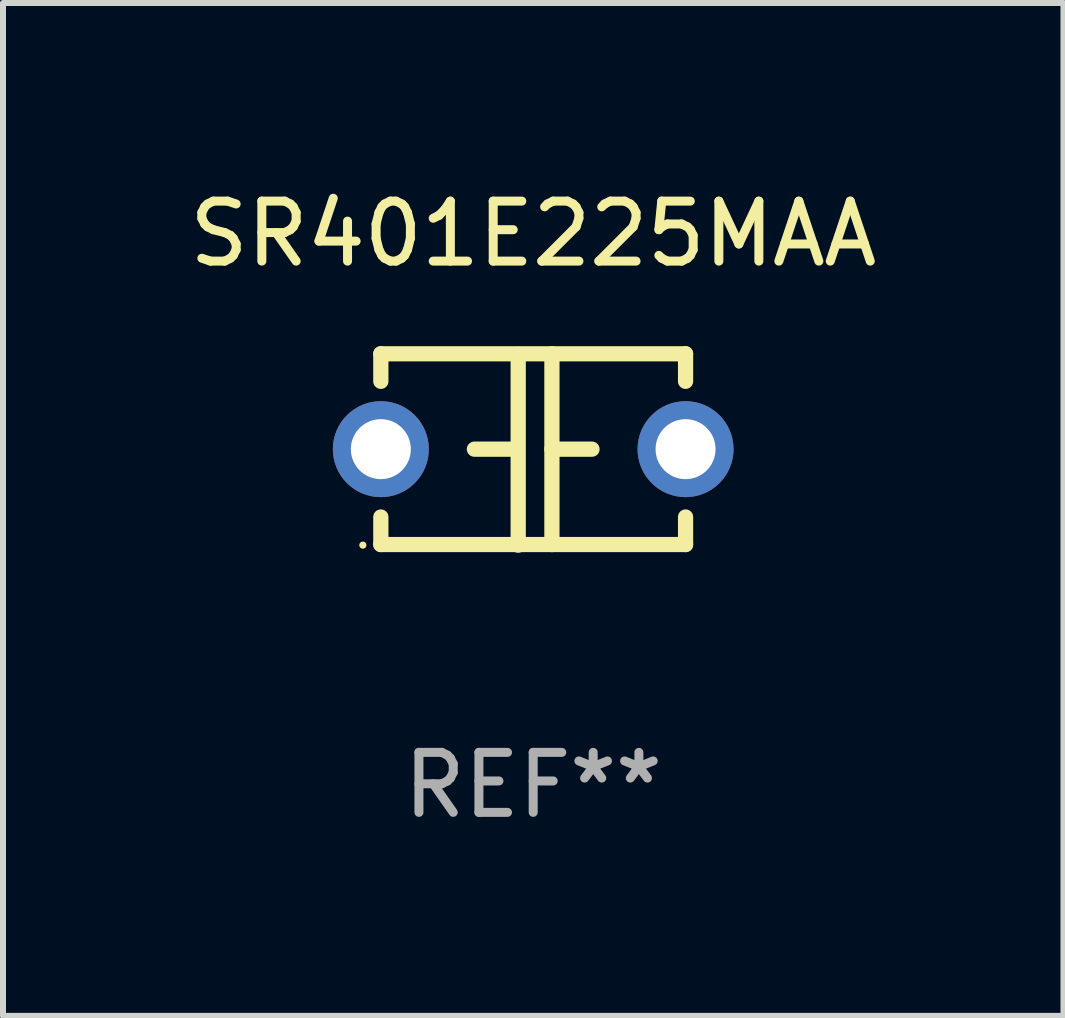
<source format=kicad_pcb>
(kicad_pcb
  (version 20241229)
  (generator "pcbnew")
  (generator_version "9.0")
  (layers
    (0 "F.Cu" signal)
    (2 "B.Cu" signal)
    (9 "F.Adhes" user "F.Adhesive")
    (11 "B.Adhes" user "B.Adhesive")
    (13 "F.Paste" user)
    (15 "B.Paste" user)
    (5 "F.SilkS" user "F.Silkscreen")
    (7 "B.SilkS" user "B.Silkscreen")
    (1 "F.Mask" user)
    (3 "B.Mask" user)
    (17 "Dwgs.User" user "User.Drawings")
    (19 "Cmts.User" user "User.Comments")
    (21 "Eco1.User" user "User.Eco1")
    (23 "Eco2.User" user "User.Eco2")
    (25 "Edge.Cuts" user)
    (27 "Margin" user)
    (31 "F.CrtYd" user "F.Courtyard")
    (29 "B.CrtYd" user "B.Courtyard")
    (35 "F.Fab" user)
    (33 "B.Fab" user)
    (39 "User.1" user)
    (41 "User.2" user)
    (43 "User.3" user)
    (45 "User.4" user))
  (footprint "SR401E225MAA"
    (layer "F.Cu")
    (at 5.839 4.443)
    (property "Reference" "SR401E225MAA" (at 0 -3.595 0) (layer "F.SilkS") (effects (font (size 1 1) (thickness 0.15))))
    (attr through_hole)
    (fp_line (start -2.54 -1.595) (end -2.54 -1.136) (stroke (width 0.254) (type solid)) (layer "F.SilkS"))
    (fp_line (start -2.54 -1.595) (end 2.54 -1.595) (stroke (width 0.254) (type solid)) (layer "F.SilkS"))
    (fp_line (start -2.54 1.126) (end -2.54 1.585) (stroke (width 0.254) (type solid)) (layer "F.SilkS"))
    (fp_line (start -0.312 -0.005) (end -0.98 -0.005) (stroke (width 0.254) (type solid)) (layer "F.SilkS"))
    (fp_line (start -0.25 -1.585) (end -0.25 1.595) (stroke (width 0.254) (type solid)) (layer "F.SilkS"))
    (fp_line (start 0.312 -1.595) (end 0.312 1.585) (stroke (width 0.254) (type solid)) (layer "F.SilkS"))
    (fp_line (start 0.312 -0.005) (end 0.98 -0.005) (stroke (width 0.254) (type solid)) (layer "F.SilkS"))
    (fp_line (start 2.54 -1.595) (end 2.54 -1.136) (stroke (width 0.254) (type solid)) (layer "F.SilkS"))
    (fp_line (start 2.54 1.126) (end 2.54 1.585) (stroke (width 0.254) (type solid)) (layer "F.SilkS"))
    (fp_line (start 2.54 1.585) (end -2.54 1.585) (stroke (width 0.254) (type solid)) (layer "F.SilkS"))
    (fp_circle (center -2.84 1.595) (end -2.81 1.595) (stroke (width 0.06) (type solid)) (fill no) (layer "F.SilkS"))
    (fp_text user "REF**" (at 0 5.595 0) (layer "F.Fab") (effects (font (size 1 1) (thickness 0.15))))
    (pad "1" thru_hole circle (at -2.54 -0.005) (size 1.6 1.6) (drill 1) (layers "*.Cu" "*.Mask"))
    (pad "2" thru_hole circle (at 2.54 -0.005) (size 1.6 1.6) (drill 1) (layers "*.Cu" "*.Mask")))
  (gr_rect
    (start -3 -3)
    (end 14.679 13.886)
    (stroke (width 0.1) (type default))
    (fill no)
    (layer "Edge.Cuts")))
</source>
